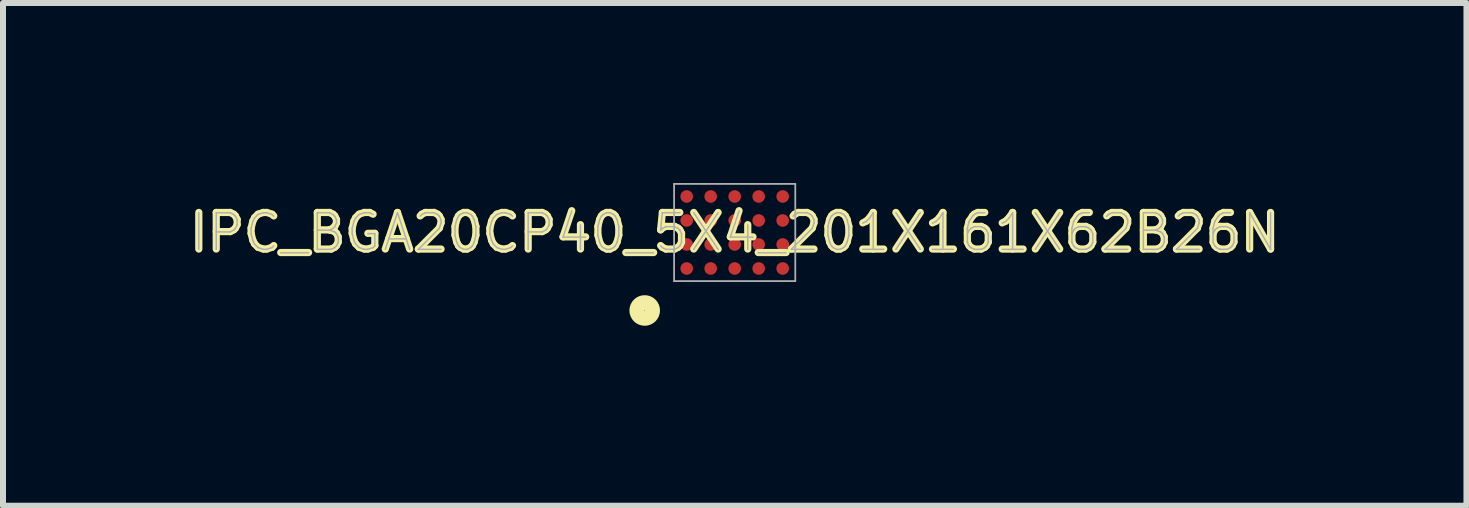
<source format=kicad_pcb>
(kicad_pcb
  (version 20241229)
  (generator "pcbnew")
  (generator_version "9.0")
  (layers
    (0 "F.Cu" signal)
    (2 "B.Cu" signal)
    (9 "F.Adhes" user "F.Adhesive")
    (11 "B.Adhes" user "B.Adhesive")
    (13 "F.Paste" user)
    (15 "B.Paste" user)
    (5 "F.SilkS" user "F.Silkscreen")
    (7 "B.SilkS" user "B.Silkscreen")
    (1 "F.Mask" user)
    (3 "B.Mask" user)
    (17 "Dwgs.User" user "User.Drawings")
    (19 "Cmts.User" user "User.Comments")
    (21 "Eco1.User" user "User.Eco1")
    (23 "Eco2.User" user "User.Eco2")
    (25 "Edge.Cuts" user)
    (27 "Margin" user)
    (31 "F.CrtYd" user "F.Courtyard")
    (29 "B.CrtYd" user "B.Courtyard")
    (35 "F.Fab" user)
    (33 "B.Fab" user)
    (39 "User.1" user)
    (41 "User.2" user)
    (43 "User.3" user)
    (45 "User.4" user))
  (footprint "IPC_BGA20CP40_5X4_201X161X62B26N"
    (layer "F.Cu")
    (at 9.196 0.825)
    (property "Reference" "IPC_BGA20CP40_5X4_201X161X62B26N" (at 0 0 0) (layer "F.SilkS") (effects (font (size 0.61 0.61) (thickness 0.12))))
    (attr smd)
    (fp_circle (center -1.5 1.3) (end -1.37 1.3) (stroke (width 0.25) (type solid)) (fill no) (layer "F.SilkS"))
    (fp_line (start -1.01 -0.81) (end 1.01 -0.81) (stroke (width 0.03) (type solid)) (layer "F.Fab"))
    (fp_line (start -1.01 0.81) (end -1.01 -0.81) (stroke (width 0.03) (type solid)) (layer "F.Fab"))
    (fp_line (start 1.01 -0.81) (end 1.01 0.81) (stroke (width 0.03) (type solid)) (layer "F.Fab"))
    (fp_line (start 1.01 0.81) (end -1.01 0.81) (stroke (width 0.03) (type solid)) (layer "F.Fab"))
    (fp_text user "${REFERENCE}" (at 0 0 0) (layer "F.Fab") (effects (font (size 0.61 0.61) (thickness 0.025))))
    (pad "A1" smd circle (at -0.8 0.6) (size 0.21 0.21) (layers "F.Cu" "F.Mask" "F.Paste"))
    (pad "A2" smd circle (at -0.8 0.2) (size 0.21 0.21) (layers "F.Cu" "F.Mask" "F.Paste"))
    (pad "A3" smd circle (at -0.8 -0.2) (size 0.21 0.21) (layers "F.Cu" "F.Mask" "F.Paste"))
    (pad "A4" smd circle (at -0.8 -0.6) (size 0.21 0.21) (layers "F.Cu" "F.Mask" "F.Paste"))
    (pad "B1" smd circle (at -0.4 0.6) (size 0.21 0.21) (layers "F.Cu" "F.Mask" "F.Paste"))
    (pad "B2" smd circle (at -0.4 0.2) (size 0.21 0.21) (layers "F.Cu" "F.Mask" "F.Paste"))
    (pad "B3" smd circle (at -0.4 -0.2) (size 0.21 0.21) (layers "F.Cu" "F.Mask" "F.Paste"))
    (pad "B4" smd circle (at -0.4 -0.6) (size 0.21 0.21) (layers "F.Cu" "F.Mask" "F.Paste"))
    (pad "C1" smd circle (at 0 0.6) (size 0.21 0.21) (layers "F.Cu" "F.Mask" "F.Paste"))
    (pad "C2" smd circle (at 0 0.2) (size 0.21 0.21) (layers "F.Cu" "F.Mask" "F.Paste"))
    (pad "C3" smd circle (at 0 -0.2) (size 0.21 0.21) (layers "F.Cu" "F.Mask" "F.Paste"))
    (pad "C4" smd circle (at 0 -0.6) (size 0.21 0.21) (layers "F.Cu" "F.Mask" "F.Paste"))
    (pad "D1" smd circle (at 0.4 0.6) (size 0.21 0.21) (layers "F.Cu" "F.Mask" "F.Paste"))
    (pad "D2" smd circle (at 0.4 0.2) (size 0.21 0.21) (layers "F.Cu" "F.Mask" "F.Paste"))
    (pad "D3" smd circle (at 0.4 -0.2) (size 0.21 0.21) (layers "F.Cu" "F.Mask" "F.Paste"))
    (pad "D4" smd circle (at 0.4 -0.6) (size 0.21 0.21) (layers "F.Cu" "F.Mask" "F.Paste"))
    (pad "E1" smd circle (at 0.8 0.6) (size 0.21 0.21) (layers "F.Cu" "F.Mask" "F.Paste"))
    (pad "E2" smd circle (at 0.8 0.2) (size 0.21 0.21) (layers "F.Cu" "F.Mask" "F.Paste"))
    (pad "E3" smd circle (at 0.8 -0.2) (size 0.21 0.21) (layers "F.Cu" "F.Mask" "F.Paste"))
    (pad "E4" smd circle (at 0.8 -0.6) (size 0.21 0.21) (layers "F.Cu" "F.Mask" "F.Paste")))
  (gr_rect
    (start -3 -3)
    (end 21.393 5.38)
    (stroke (width 0.1) (type default))
    (fill no)
    (layer "Edge.Cuts")))
</source>
